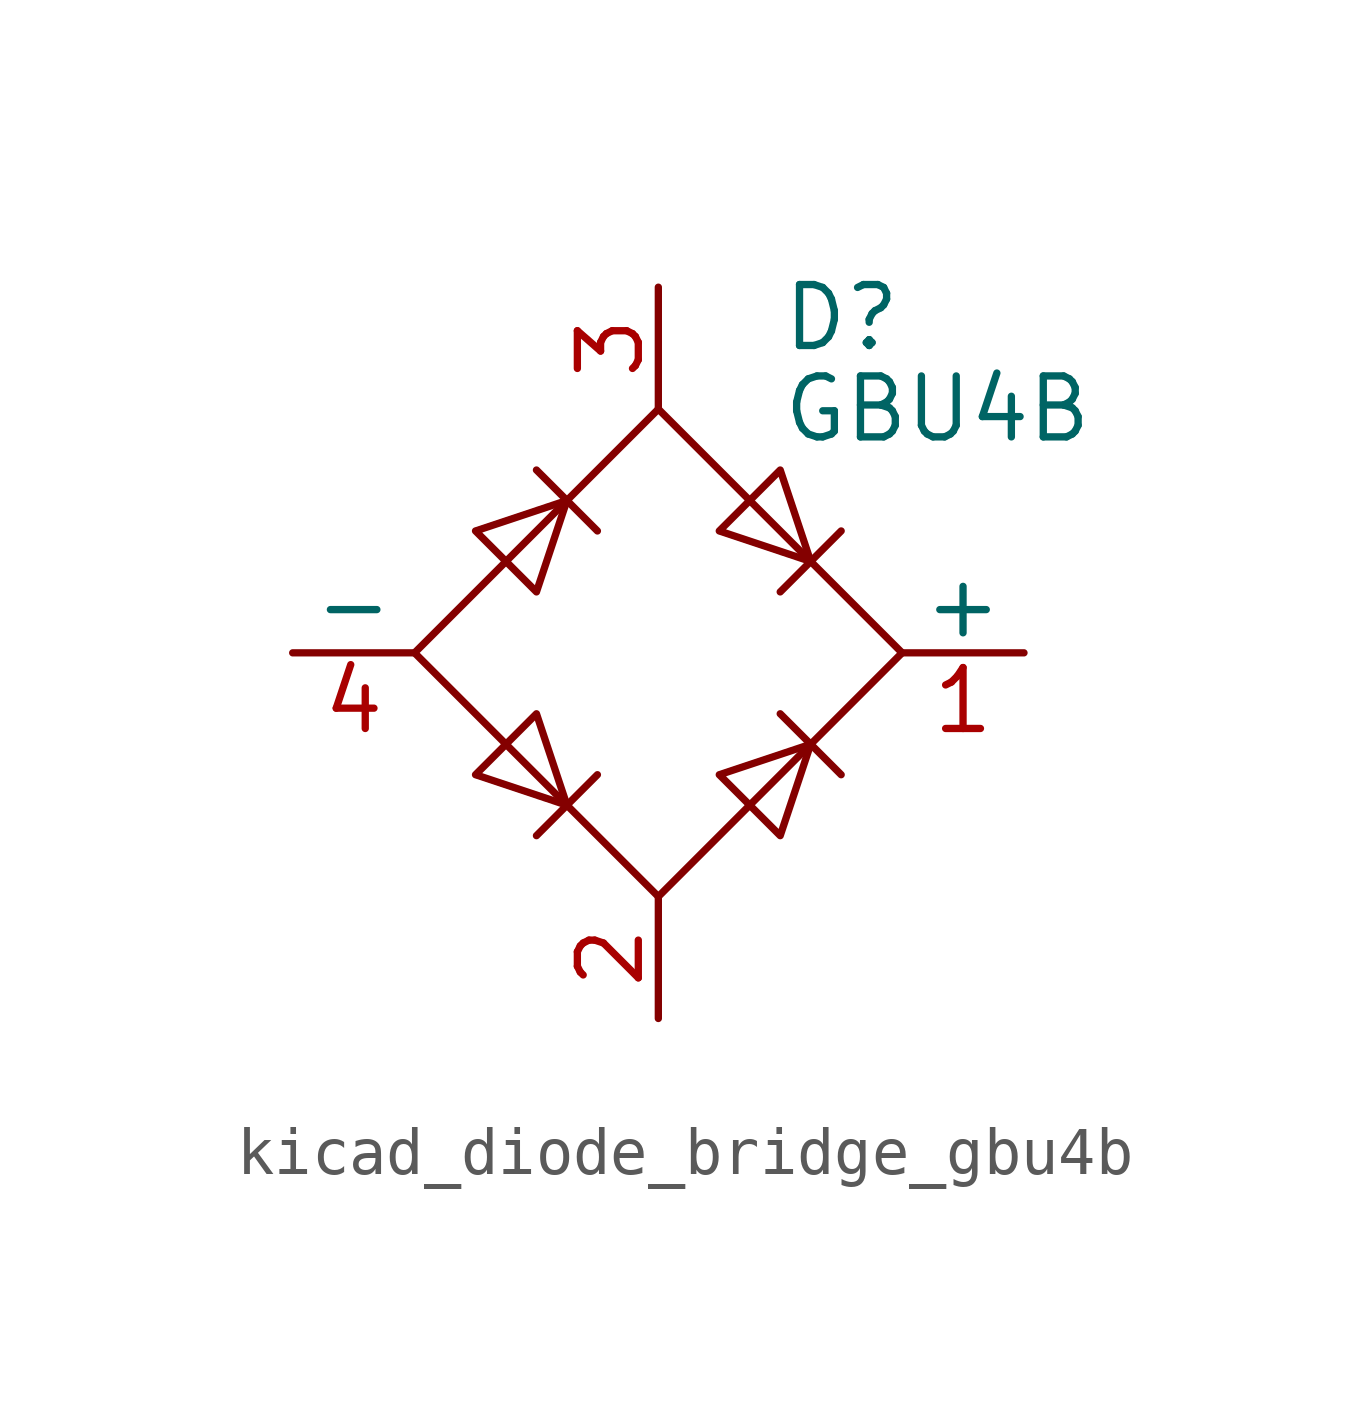
<source format=kicad_sym>
(kicad_symbol_lib
  (version 20220914)
  (generator kicad_symbol_editor)
  (symbol "kicad_diode_bridge_gbu4b"
    (pin_names
      (offset 0))
    (property "Reference" "D"
      (at 2.54 6.985 0)
      (effects (font (size 1.27 1.27)) (justify left)))
    (property "Value" "GBU4B"
      (at 2.54 5.08 0)
      (effects (font (size 1.27 1.27)) (justify left)))
    (symbol "kicad_diode_bridge_gbu4b_0_1"
      (polyline (pts (xy -2.54 3.81) (xy -1.27 2.54)) (stroke (width 0) (type default)) (fill (type none)))
      (polyline (pts (xy -1.27 -2.54) (xy -2.54 -3.81)) (stroke (width 0) (type default)) (fill (type none)))
      (polyline (pts (xy 2.54 -1.27) (xy 3.81 -2.54)) (stroke (width 0) (type default)) (fill (type none)))
      (polyline (pts (xy 2.54 1.27) (xy 3.81 2.54)) (stroke (width 0) (type default)) (fill (type none)))
      (polyline (pts (xy -3.81 2.54) (xy -2.54 1.27) (xy -1.905 3.175) (xy -3.81 2.54)) (stroke (width 0) (type default)) (fill (type none)))
      (polyline (pts (xy -2.54 -1.27) (xy -3.81 -2.54) (xy -1.905 -3.175) (xy -2.54 -1.27)) (stroke (width 0) (type default)) (fill (type none)))
      (polyline (pts (xy 1.27 2.54) (xy 2.54 3.81) (xy 3.175 1.905) (xy 1.27 2.54)) (stroke (width 0) (type default)) (fill (type none)))
      (polyline (pts (xy 3.175 -1.905) (xy 1.27 -2.54) (xy 2.54 -3.81) (xy 3.175 -1.905)) (stroke (width 0) (type default)) (fill (type none)))
      (polyline (pts (xy -5.08 0) (xy 0 -5.08) (xy 5.08 0) (xy 0 5.08) (xy -5.08 0)) (stroke (width 0) (type default)) (fill (type none))))
    (symbol "kicad_diode_bridge_gbu4b_1_1"
      (pin passive line (at 7.62 0 180) (length 2.54) (name "+" (effects (font (size 1.27 1.27)))) (number "1" (effects (font (size 1.27 1.27)))))
      (pin passive line (at 0 -7.62 90) (length 2.54) (name "~" (effects (font (size 1.27 1.27)))) (number "2" (effects (font (size 1.27 1.27)))))
      (pin passive line (at 0 7.62 270) (length 2.54) (name "~" (effects (font (size 1.27 1.27)))) (number "3" (effects (font (size 1.27 1.27)))))
      (pin passive line (at -7.62 0 0) (length 2.54) (name "-" (effects (font (size 1.27 1.27)))) (number "4" (effects (font (size 1.27 1.27))))))))
</source>
